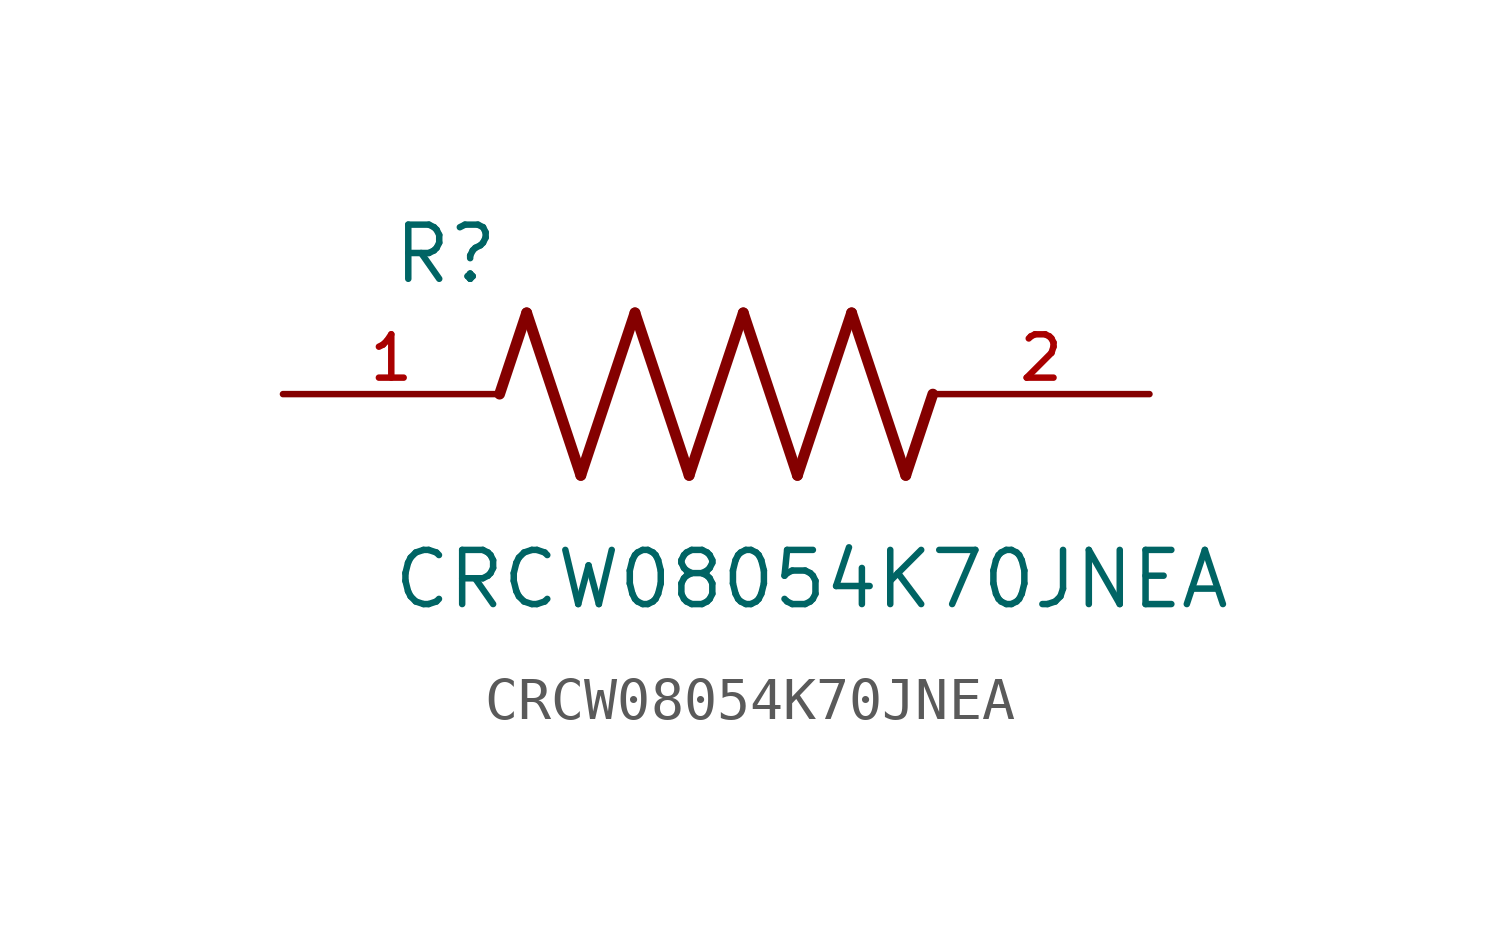
<source format=kicad_sym>
(kicad_symbol_lib
  (version 20211014)
  (generator kicad_symbol_editor)
  (symbol "CRCW08054K70JNEA"
    (pin_names
      (offset 1.016))
    (property "Reference" "R"
      (at -7.624 2.541 0)
      (effects (font (size 1.27 1.27)) (justify bottom left)))
    (property "Value" "CRCW08054K70JNEA"
      (at -7.63 -5.087 0)
      (effects (font (size 1.27 1.27)) (justify bottom left)))
    (symbol "CRCW08054K70JNEA_0_0"
      (polyline (pts (xy -5.08 0.0) (xy -4.445 1.905)) (stroke (width 0.254)))
      (polyline (pts (xy -4.445 1.905) (xy -3.175 -1.905)) (stroke (width 0.254)))
      (polyline (pts (xy -3.175 -1.905) (xy -1.905 1.905)) (stroke (width 0.254)))
      (polyline (pts (xy -1.905 1.905) (xy -0.635 -1.905)) (stroke (width 0.254)))
      (polyline (pts (xy -0.635 -1.905) (xy 0.635 1.905)) (stroke (width 0.254)))
      (polyline (pts (xy 0.635 1.905) (xy 1.905 -1.905)) (stroke (width 0.254)))
      (polyline (pts (xy 1.905 -1.905) (xy 3.175 1.905)) (stroke (width 0.254)))
      (polyline (pts (xy 3.175 1.905) (xy 4.445 -1.905)) (stroke (width 0.254)))
      (polyline (pts (xy 4.445 -1.905) (xy 5.08 0.0)) (stroke (width 0.254)))
      (pin passive line (at -10.16 0.0 0) (length 5.08) (name "~" (effects (font (size 1.016 1.016)))) (number "1" (effects (font (size 1.016 1.016)))))
      (pin passive line (at 10.16 0.0 180.0) (length 5.08) (name "~" (effects (font (size 1.016 1.016)))) (number "2" (effects (font (size 1.016 1.016))))))))
</source>
